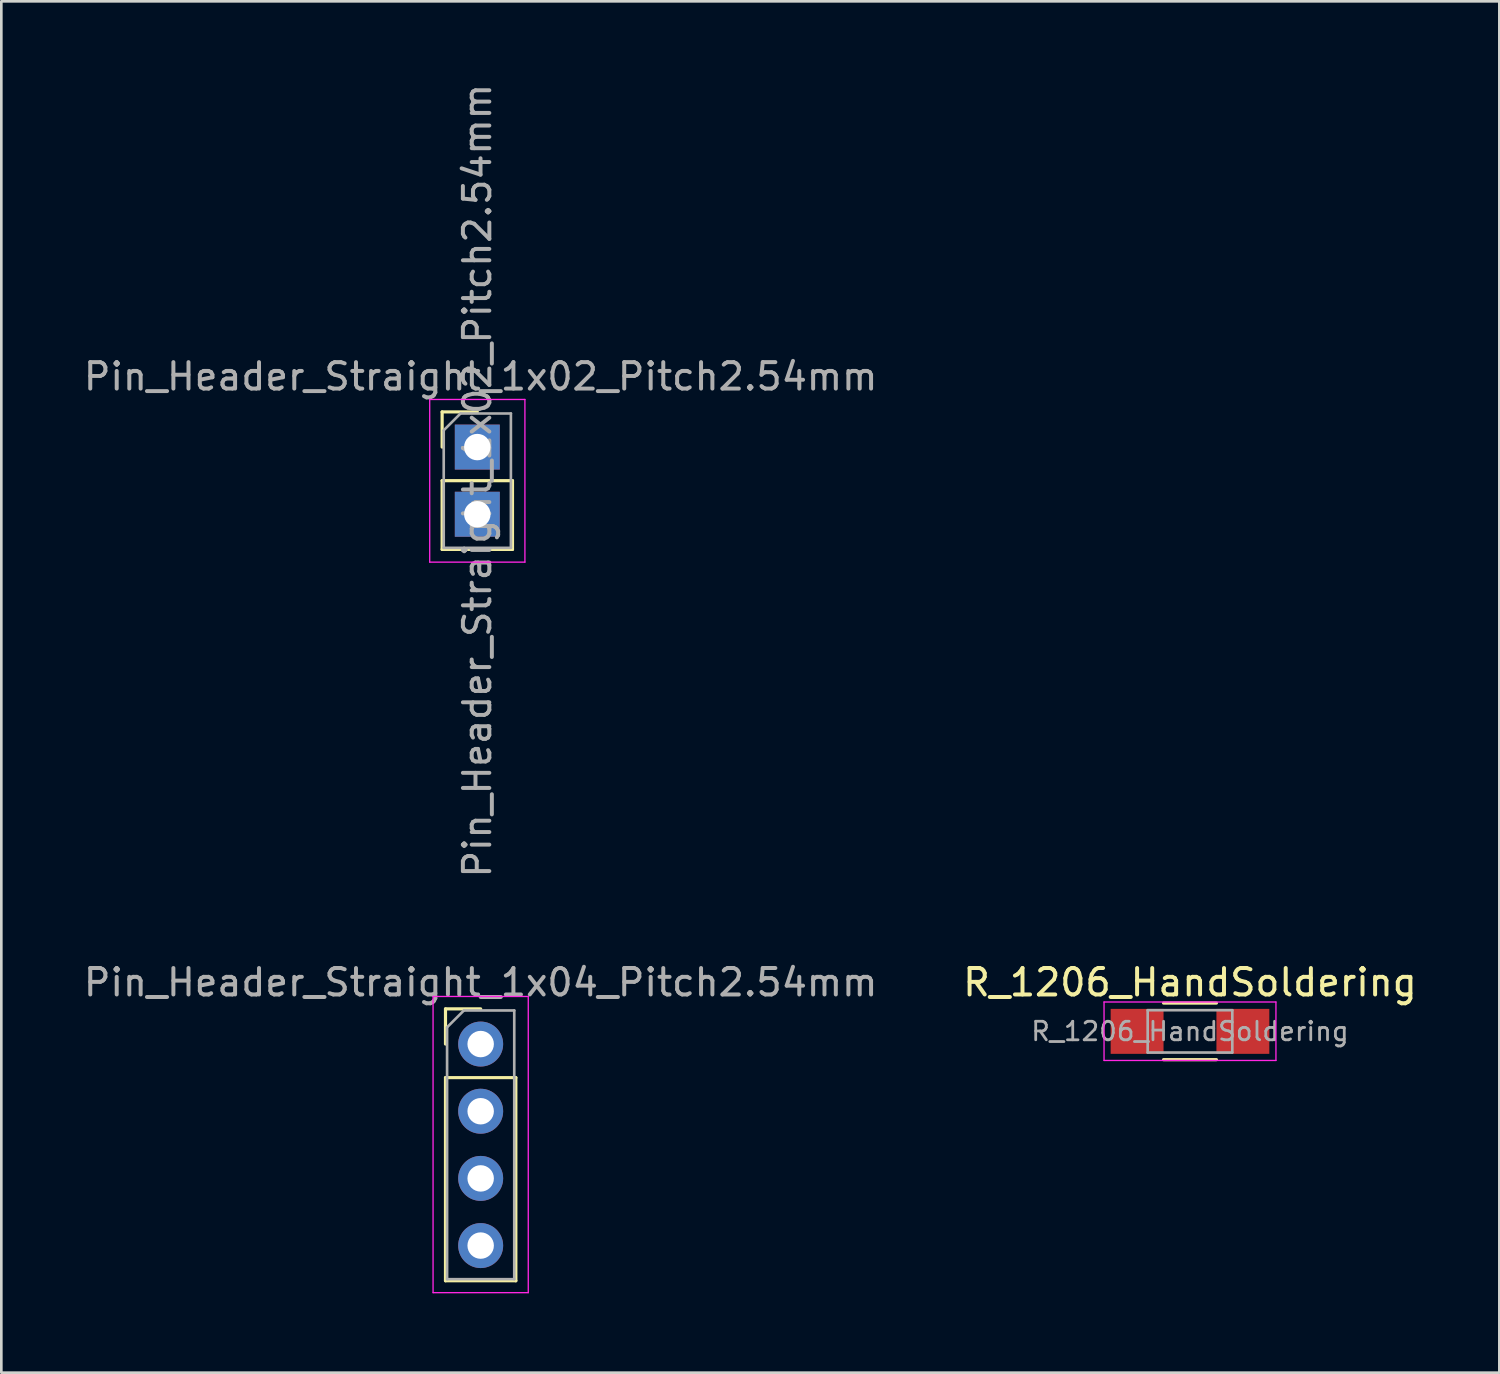
<source format=kicad_pcb>
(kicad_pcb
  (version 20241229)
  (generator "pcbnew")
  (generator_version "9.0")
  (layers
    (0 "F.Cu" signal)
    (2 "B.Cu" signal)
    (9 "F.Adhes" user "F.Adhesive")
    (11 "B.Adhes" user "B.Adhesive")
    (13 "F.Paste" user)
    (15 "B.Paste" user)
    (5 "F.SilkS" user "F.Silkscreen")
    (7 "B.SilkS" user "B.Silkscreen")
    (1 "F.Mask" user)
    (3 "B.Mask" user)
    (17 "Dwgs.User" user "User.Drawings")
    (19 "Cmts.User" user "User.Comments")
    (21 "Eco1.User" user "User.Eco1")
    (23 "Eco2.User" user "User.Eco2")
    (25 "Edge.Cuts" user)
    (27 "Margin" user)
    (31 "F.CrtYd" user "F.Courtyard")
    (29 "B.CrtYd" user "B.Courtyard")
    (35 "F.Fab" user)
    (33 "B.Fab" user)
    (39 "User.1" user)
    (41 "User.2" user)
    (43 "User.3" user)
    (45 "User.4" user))
  (footprint "Pin_Header_Straight_1x04_Pitch2.54mm"
    (layer "F.Cu")
    (at 15.125 36.428)
    (property "Reference" "Pin_Header_Straight_1x04_Pitch2.54mm" (at 0 -2.33 0) (layer "F.Fab") (effects (font (size 1 1) (thickness 0.15))))
    (attr through_hole)
    (fp_line (start -1.33 -1.33) (end 0 -1.33) (stroke (width 0.12) (type solid)) (layer "F.SilkS"))
    (fp_line (start -1.33 0) (end -1.33 -1.33) (stroke (width 0.12) (type solid)) (layer "F.SilkS"))
    (fp_line (start -1.33 1.27) (end -1.33 8.95) (stroke (width 0.12) (type solid)) (layer "F.SilkS"))
    (fp_line (start -1.33 1.27) (end 1.33 1.27) (stroke (width 0.12) (type solid)) (layer "F.SilkS"))
    (fp_line (start -1.33 8.95) (end 1.33 8.95) (stroke (width 0.12) (type solid)) (layer "F.SilkS"))
    (fp_line (start 1.33 1.27) (end 1.33 8.95) (stroke (width 0.12) (type solid)) (layer "F.SilkS"))
    (fp_line (start -1.8 -1.8) (end -1.8 9.4) (stroke (width 0.05) (type solid)) (layer "F.CrtYd"))
    (fp_line (start -1.8 9.4) (end 1.8 9.4) (stroke (width 0.05) (type solid)) (layer "F.CrtYd"))
    (fp_line (start 1.8 -1.8) (end -1.8 -1.8) (stroke (width 0.05) (type solid)) (layer "F.CrtYd"))
    (fp_line (start 1.8 9.4) (end 1.8 -1.8) (stroke (width 0.05) (type solid)) (layer "F.CrtYd"))
    (fp_line (start -1.27 -0.635) (end -0.635 -1.27) (stroke (width 0.1) (type solid)) (layer "F.Fab"))
    (fp_line (start -1.27 8.89) (end -1.27 -0.635) (stroke (width 0.1) (type solid)) (layer "F.Fab"))
    (fp_line (start -0.635 -1.27) (end 1.27 -1.27) (stroke (width 0.1) (type solid)) (layer "F.Fab"))
    (fp_line (start 1.27 -1.27) (end 1.27 8.89) (stroke (width 0.1) (type solid)) (layer "F.Fab"))
    (fp_line (start 1.27 8.89) (end -1.27 8.89) (stroke (width 0.1) (type solid)) (layer "F.Fab"))
    (pad "1" thru_hole circle (at 0 0) (size 1.7 1.7) (drill 1) (layers "*.Cu" "*.Mask"))
    (pad "2" thru_hole oval (at 0 2.54) (size 1.7 1.7) (drill 1) (layers "*.Cu" "*.Mask"))
    (pad "3" thru_hole oval (at 0 5.08) (size 1.7 1.7) (drill 1) (layers "*.Cu" "*.Mask"))
    (pad "4" thru_hole oval (at 0 7.62) (size 1.7 1.7) (drill 1) (layers "*.Cu" "*.Mask")))
  (footprint "R_1206_HandSoldering"
    (layer "F.Cu")
    (at 41.946 35.948)
    (property "Reference" "R_1206_HandSoldering" (at 0 -1.85 0) (layer "F.SilkS") (effects (font (size 1 1) (thickness 0.15))))
    (attr smd)
    (fp_line (start -1 -1.07) (end 1 -1.07) (stroke (width 0.12) (type solid)) (layer "F.SilkS"))
    (fp_line (start 1 1.07) (end -1 1.07) (stroke (width 0.12) (type solid)) (layer "F.SilkS"))
    (fp_line (start -3.25 -1.11) (end -3.25 1.1) (stroke (width 0.05) (type solid)) (layer "F.CrtYd"))
    (fp_line (start -3.25 -1.11) (end 3.25 -1.11) (stroke (width 0.05) (type solid)) (layer "F.CrtYd"))
    (fp_line (start 3.25 1.1) (end -3.25 1.1) (stroke (width 0.05) (type solid)) (layer "F.CrtYd"))
    (fp_line (start 3.25 1.1) (end 3.25 -1.11) (stroke (width 0.05) (type solid)) (layer "F.CrtYd"))
    (fp_line (start -1.6 -0.8) (end 1.6 -0.8) (stroke (width 0.1) (type solid)) (layer "F.Fab"))
    (fp_line (start -1.6 0.8) (end -1.6 -0.8) (stroke (width 0.1) (type solid)) (layer "F.Fab"))
    (fp_line (start 1.6 -0.8) (end 1.6 0.8) (stroke (width 0.1) (type solid)) (layer "F.Fab"))
    (fp_line (start 1.6 0.8) (end -1.6 0.8) (stroke (width 0.1) (type solid)) (layer "F.Fab"))
    (fp_text user "${REFERENCE}" (at 0 0 0) (layer "F.Fab") (effects (font (size 0.7 0.7) (thickness 0.105))))
    (pad "1" smd rect (at -2 0) (size 2 1.7) (layers "F.Cu" "F.Mask" "F.Paste"))
    (pad "2" smd rect (at 2 0) (size 2 1.7) (layers "F.Cu" "F.Mask" "F.Paste")))
  (footprint "Pin_Header_Straight_1x02_Pitch2.54mm"
    (layer "F.Cu")
    (at 14.998 13.855)
    (property "Reference" "Pin_Header_Straight_1x02_Pitch2.54mm" (at 0.127 -2.667 0) (layer "F.Fab") (effects (font (size 1 1) (thickness 0.15))))
    (attr through_hole)
    (fp_line (start -1.33 -1.33) (end 0 -1.33) (stroke (width 0.12) (type solid)) (layer "F.SilkS"))
    (fp_line (start -1.33 0) (end -1.33 -1.33) (stroke (width 0.12) (type solid)) (layer "F.SilkS"))
    (fp_line (start -1.33 1.27) (end -1.33 3.87) (stroke (width 0.12) (type solid)) (layer "F.SilkS"))
    (fp_line (start -1.33 1.27) (end 1.33 1.27) (stroke (width 0.12) (type solid)) (layer "F.SilkS"))
    (fp_line (start -1.33 3.87) (end 1.33 3.87) (stroke (width 0.12) (type solid)) (layer "F.SilkS"))
    (fp_line (start 1.33 1.27) (end 1.33 3.87) (stroke (width 0.12) (type solid)) (layer "F.SilkS"))
    (fp_line (start -1.8 -1.8) (end -1.8 4.35) (stroke (width 0.05) (type solid)) (layer "F.CrtYd"))
    (fp_line (start -1.8 4.35) (end 1.8 4.35) (stroke (width 0.05) (type solid)) (layer "F.CrtYd"))
    (fp_line (start 1.8 -1.8) (end -1.8 -1.8) (stroke (width 0.05) (type solid)) (layer "F.CrtYd"))
    (fp_line (start 1.8 4.35) (end 1.8 -1.8) (stroke (width 0.05) (type solid)) (layer "F.CrtYd"))
    (fp_line (start -1.27 -0.635) (end -0.635 -1.27) (stroke (width 0.1) (type solid)) (layer "F.Fab"))
    (fp_line (start -1.27 3.81) (end -1.27 -0.635) (stroke (width 0.1) (type solid)) (layer "F.Fab"))
    (fp_line (start -0.635 -1.27) (end 1.27 -1.27) (stroke (width 0.1) (type solid)) (layer "F.Fab"))
    (fp_line (start 1.27 -1.27) (end 1.27 3.81) (stroke (width 0.1) (type solid)) (layer "F.Fab"))
    (fp_line (start 1.27 3.81) (end -1.27 3.81) (stroke (width 0.1) (type solid)) (layer "F.Fab"))
    (fp_text user "${REFERENCE}" (at 0 1.27 90) (layer "F.Fab") (effects (font (size 1 1) (thickness 0.15))))
    (pad "1" thru_hole rect (at 0 0) (size 1.7 1.7) (drill 1) (layers "*.Cu" "*.Mask"))
    (pad "2" thru_hole rect (at 0 2.54) (size 1.7 1.7) (drill 1) (layers "*.Cu" "*.Mask")))
  (gr_rect
    (start -3 -3)
    (end 53.643 48.853)
    (stroke (width 0.1) (type default))
    (fill no)
    (layer "Edge.Cuts")))
</source>
